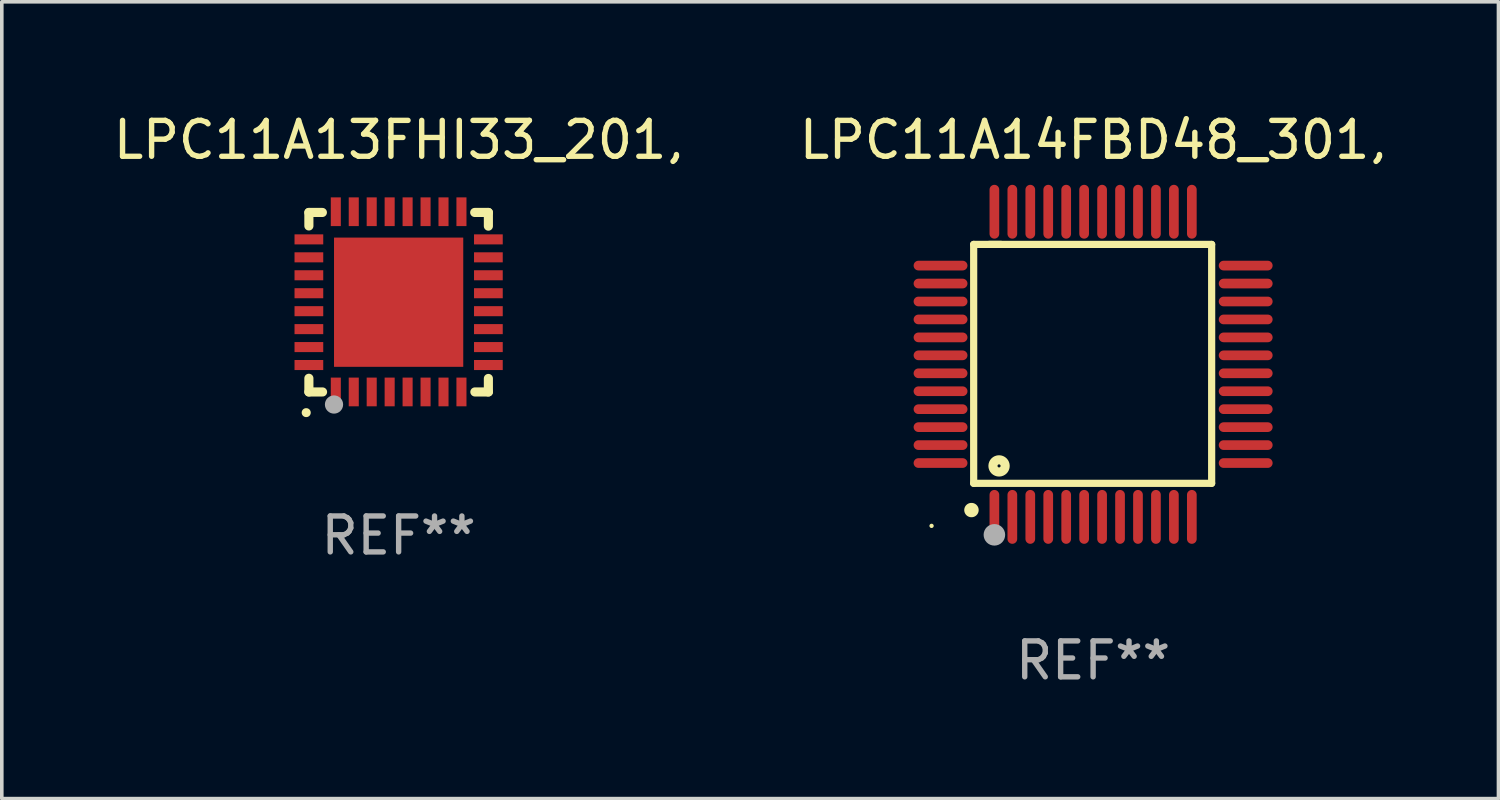
<source format=kicad_pcb>
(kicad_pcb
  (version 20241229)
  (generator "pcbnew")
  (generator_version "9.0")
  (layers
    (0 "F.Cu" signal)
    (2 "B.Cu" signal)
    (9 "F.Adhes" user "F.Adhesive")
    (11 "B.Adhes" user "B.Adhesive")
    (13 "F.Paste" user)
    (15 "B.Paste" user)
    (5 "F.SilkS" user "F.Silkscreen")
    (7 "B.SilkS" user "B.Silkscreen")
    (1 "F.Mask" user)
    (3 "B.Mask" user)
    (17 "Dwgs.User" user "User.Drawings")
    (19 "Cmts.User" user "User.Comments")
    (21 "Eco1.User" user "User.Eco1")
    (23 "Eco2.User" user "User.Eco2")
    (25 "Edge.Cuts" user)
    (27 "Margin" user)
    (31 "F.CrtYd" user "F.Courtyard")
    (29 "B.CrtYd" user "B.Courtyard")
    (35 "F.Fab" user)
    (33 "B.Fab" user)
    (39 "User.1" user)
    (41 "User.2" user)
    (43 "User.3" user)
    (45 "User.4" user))
  (footprint "LPC11A14FBD48_301,"
    (layer "F.Cu")
    (at 27.399 7.098)
    (property "Reference" "LPC11A14FBD48_301," (at 0 -6.25 0) (layer "F.SilkS") (effects (font (size 1 1) (thickness 0.15))))
    (attr through_hole)
    (fp_line (start -3.327 -3.34) (end -2.565 -3.34) (stroke (width 0.2) (type solid)) (layer "F.SilkS"))
    (fp_line (start -3.327 3.315) (end -3.327 -3.34) (stroke (width 0.2) (type solid)) (layer "F.SilkS"))
    (fp_line (start -2.896 -3.34) (end 3.302 -3.34) (stroke (width 0.2) (type solid)) (layer "F.SilkS"))
    (fp_line (start 3.302 -3.34) (end 3.302 3.315) (stroke (width 0.2) (type solid)) (layer "F.SilkS"))
    (fp_line (start 3.302 3.315) (end -3.327 3.315) (stroke (width 0.2) (type solid)) (layer "F.SilkS"))
    (fp_arc (start -3.389992 4.059995) (mid -3.388722 4.059991) (end -3.387452 4.059995) (stroke (width 0.4) (type solid)) (layer "F.SilkS"))
    (fp_circle (center -4.5 4.5) (end -4.47 4.5) (stroke (width 0.06) (type solid)) (fill no) (layer "F.SilkS"))
    (fp_circle (center -2.62 2.83) (end -2.45 2.83) (stroke (width 0.254) (type solid)) (fill no) (layer "F.SilkS"))
    (fp_circle (center -2.75 4.75) (end -2.6 4.75) (stroke (width 0.3) (type solid)) (fill no) (layer "F.Fab"))
    (fp_text user "REF**" (at 0 8.25 0) (layer "F.Fab") (effects (font (size 1 1) (thickness 0.15))))
    (pad "1" smd oval (at -2.75 4.25) (size 0.27 1.5) (layers "F.Cu" "F.Mask" "F.Paste"))
    (pad "2" smd oval (at -2.25 4.25) (size 0.27 1.5) (layers "F.Cu" "F.Mask" "F.Paste"))
    (pad "3" smd oval (at -1.75 4.25) (size 0.27 1.5) (layers "F.Cu" "F.Mask" "F.Paste"))
    (pad "4" smd oval (at -1.25 4.25) (size 0.27 1.5) (layers "F.Cu" "F.Mask" "F.Paste"))
    (pad "5" smd oval (at -0.75 4.25) (size 0.27 1.5) (layers "F.Cu" "F.Mask" "F.Paste"))
    (pad "6" smd oval (at -0.25 4.25) (size 0.27 1.5) (layers "F.Cu" "F.Mask" "F.Paste"))
    (pad "7" smd oval (at 0.25 4.25) (size 0.27 1.5) (layers "F.Cu" "F.Mask" "F.Paste"))
    (pad "8" smd oval (at 0.75 4.25) (size 0.27 1.5) (layers "F.Cu" "F.Mask" "F.Paste"))
    (pad "9" smd oval (at 1.25 4.25) (size 0.27 1.5) (layers "F.Cu" "F.Mask" "F.Paste"))
    (pad "10" smd oval (at 1.75 4.25) (size 0.27 1.5) (layers "F.Cu" "F.Mask" "F.Paste"))
    (pad "11" smd oval (at 2.25 4.25) (size 0.27 1.5) (layers "F.Cu" "F.Mask" "F.Paste"))
    (pad "12" smd oval (at 2.75 4.25) (size 0.27 1.5) (layers "F.Cu" "F.Mask" "F.Paste"))
    (pad "13" smd oval (at 4.25 2.75) (size 1.5 0.27) (layers "F.Cu" "F.Mask" "F.Paste"))
    (pad "14" smd oval (at 4.25 2.25) (size 1.5 0.27) (layers "F.Cu" "F.Mask" "F.Paste"))
    (pad "15" smd oval (at 4.25 1.75) (size 1.5 0.27) (layers "F.Cu" "F.Mask" "F.Paste"))
    (pad "16" smd oval (at 4.25 1.25) (size 1.5 0.27) (layers "F.Cu" "F.Mask" "F.Paste"))
    (pad "17" smd oval (at 4.25 0.75) (size 1.5 0.27) (layers "F.Cu" "F.Mask" "F.Paste"))
    (pad "18" smd oval (at 4.25 0.25) (size 1.5 0.27) (layers "F.Cu" "F.Mask" "F.Paste"))
    (pad "19" smd oval (at 4.25 -0.25) (size 1.5 0.27) (layers "F.Cu" "F.Mask" "F.Paste"))
    (pad "20" smd oval (at 4.25 -0.75) (size 1.5 0.27) (layers "F.Cu" "F.Mask" "F.Paste"))
    (pad "21" smd oval (at 4.25 -1.25) (size 1.5 0.27) (layers "F.Cu" "F.Mask" "F.Paste"))
    (pad "22" smd oval (at 4.25 -1.75) (size 1.5 0.27) (layers "F.Cu" "F.Mask" "F.Paste"))
    (pad "23" smd oval (at 4.25 -2.25) (size 1.5 0.27) (layers "F.Cu" "F.Mask" "F.Paste"))
    (pad "24" smd oval (at 4.25 -2.75) (size 1.5 0.27) (layers "F.Cu" "F.Mask" "F.Paste"))
    (pad "25" smd oval (at 2.75 -4.25) (size 0.27 1.5) (layers "F.Cu" "F.Mask" "F.Paste"))
    (pad "26" smd oval (at 2.25 -4.25) (size 0.27 1.5) (layers "F.Cu" "F.Mask" "F.Paste"))
    (pad "27" smd oval (at 1.75 -4.25) (size 0.27 1.5) (layers "F.Cu" "F.Mask" "F.Paste"))
    (pad "28" smd oval (at 1.25 -4.25) (size 0.27 1.5) (layers "F.Cu" "F.Mask" "F.Paste"))
    (pad "29" smd oval (at 0.75 -4.25) (size 0.27 1.5) (layers "F.Cu" "F.Mask" "F.Paste"))
    (pad "30" smd oval (at 0.25 -4.25) (size 0.27 1.5) (layers "F.Cu" "F.Mask" "F.Paste"))
    (pad "31" smd oval (at -0.25 -4.25) (size 0.27 1.5) (layers "F.Cu" "F.Mask" "F.Paste"))
    (pad "32" smd oval (at -0.75 -4.25) (size 0.27 1.5) (layers "F.Cu" "F.Mask" "F.Paste"))
    (pad "33" smd oval (at -1.25 -4.25) (size 0.27 1.5) (layers "F.Cu" "F.Mask" "F.Paste"))
    (pad "34" smd oval (at -1.75 -4.25) (size 0.27 1.5) (layers "F.Cu" "F.Mask" "F.Paste"))
    (pad "35" smd oval (at -2.25 -4.25) (size 0.27 1.5) (layers "F.Cu" "F.Mask" "F.Paste"))
    (pad "36" smd oval (at -2.75 -4.25) (size 0.27 1.5) (layers "F.Cu" "F.Mask" "F.Paste"))
    (pad "37" smd oval (at -4.25 -2.75) (size 1.5 0.27) (layers "F.Cu" "F.Mask" "F.Paste"))
    (pad "38" smd oval (at -4.25 -2.25) (size 1.5 0.27) (layers "F.Cu" "F.Mask" "F.Paste"))
    (pad "39" smd oval (at -4.25 -1.75) (size 1.5 0.27) (layers "F.Cu" "F.Mask" "F.Paste"))
    (pad "40" smd oval (at -4.25 -1.25) (size 1.5 0.27) (layers "F.Cu" "F.Mask" "F.Paste"))
    (pad "41" smd oval (at -4.25 -0.75) (size 1.5 0.27) (layers "F.Cu" "F.Mask" "F.Paste"))
    (pad "42" smd oval (at -4.25 -0.25) (size 1.5 0.27) (layers "F.Cu" "F.Mask" "F.Paste"))
    (pad "43" smd oval (at -4.25 0.25) (size 1.5 0.27) (layers "F.Cu" "F.Mask" "F.Paste"))
    (pad "44" smd oval (at -4.25 0.75) (size 1.5 0.27) (layers "F.Cu" "F.Mask" "F.Paste"))
    (pad "45" smd oval (at -4.25 1.25) (size 1.5 0.27) (layers "F.Cu" "F.Mask" "F.Paste"))
    (pad "46" smd oval (at -4.25 1.75) (size 1.5 0.27) (layers "F.Cu" "F.Mask" "F.Paste"))
    (pad "47" smd oval (at -4.25 2.25) (size 1.5 0.27) (layers "F.Cu" "F.Mask" "F.Paste"))
    (pad "48" smd oval (at -4.25 2.75) (size 1.5 0.27) (layers "F.Cu" "F.Mask" "F.Paste")))
  (footprint "LPC11A13FHI33_201,"
    (layer "F.Cu")
    (at 8.054 5.358)
    (property "Reference" "LPC11A13FHI33_201," (at 0 -4.51 0) (layer "F.SilkS") (effects (font (size 1 1) (thickness 0.15))))
    (attr through_hole)
    (fp_line (start -2.5 -2.49) (end -2.124 -2.49) (stroke (width 0.254) (type solid)) (layer "F.SilkS"))
    (fp_line (start -2.5 -2.114) (end -2.5 -2.49) (stroke (width 0.254) (type solid)) (layer "F.SilkS"))
    (fp_line (start -2.5 2.51) (end -2.5 2.129) (stroke (width 0.254) (type solid)) (layer "F.SilkS"))
    (fp_line (start -2.5 2.51) (end -2.119 2.51) (stroke (width 0.254) (type solid)) (layer "F.SilkS"))
    (fp_line (start 2.119 -2.49) (end 2.5 -2.49) (stroke (width 0.254) (type solid)) (layer "F.SilkS"))
    (fp_line (start 2.124 2.51) (end 2.5 2.51) (stroke (width 0.254) (type solid)) (layer "F.SilkS"))
    (fp_line (start 2.5 -2.49) (end 2.5 -2.109) (stroke (width 0.254) (type solid)) (layer "F.SilkS"))
    (fp_line (start 2.5 2.134) (end 2.5 2.51) (stroke (width 0.254) (type solid)) (layer "F.SilkS"))
    (fp_arc (start -2.57554 3.086005) (mid -2.57427 3.085999) (end -2.573 3.086005) (stroke (width 0.25) (type solid)) (layer "F.SilkS"))
    (fp_circle (center -2.5 2.5) (end -2.45 2.5) (stroke (width 0.1) (type solid)) (fill no) (layer "F.SilkS"))
    (fp_circle (center -1.8 2.86) (end -1.673 2.86) (stroke (width 0.254) (type solid)) (fill no) (layer "F.Fab"))
    (fp_text user "REF**" (at 0 6.51 0) (layer "F.Fab") (effects (font (size 1 1) (thickness 0.15))))
    (pad "1" smd rect (at -1.75 2.51) (size 0.28 0.8) (layers "F.Cu" "F.Mask" "F.Paste"))
    (pad "2" smd rect (at -1.25 2.51) (size 0.28 0.8) (layers "F.Cu" "F.Mask" "F.Paste"))
    (pad "3" smd rect (at -0.75 2.51) (size 0.28 0.8) (layers "F.Cu" "F.Mask" "F.Paste"))
    (pad "4" smd rect (at -0.25 2.51) (size 0.28 0.8) (layers "F.Cu" "F.Mask" "F.Paste"))
    (pad "5" smd rect (at 0.25 2.51) (size 0.28 0.8) (layers "F.Cu" "F.Mask" "F.Paste"))
    (pad "6" smd rect (at 0.75 2.51) (size 0.28 0.8) (layers "F.Cu" "F.Mask" "F.Paste"))
    (pad "7" smd rect (at 1.25 2.51) (size 0.28 0.8) (layers "F.Cu" "F.Mask" "F.Paste"))
    (pad "8" smd rect (at 1.75 2.51) (size 0.28 0.8) (layers "F.Cu" "F.Mask" "F.Paste"))
    (pad "9" smd rect (at 2.5 1.76) (size 0.8 0.28) (layers "F.Cu" "F.Mask" "F.Paste"))
    (pad "10" smd rect (at 2.5 1.26) (size 0.8 0.28) (layers "F.Cu" "F.Mask" "F.Paste"))
    (pad "11" smd rect (at 2.5 0.76) (size 0.8 0.28) (layers "F.Cu" "F.Mask" "F.Paste"))
    (pad "12" smd rect (at 2.5 0.26) (size 0.8 0.28) (layers "F.Cu" "F.Mask" "F.Paste"))
    (pad "13" smd rect (at 2.5 -0.24) (size 0.8 0.28) (layers "F.Cu" "F.Mask" "F.Paste"))
    (pad "14" smd rect (at 2.5 -0.74) (size 0.8 0.28) (layers "F.Cu" "F.Mask" "F.Paste"))
    (pad "15" smd rect (at 2.5 -1.24) (size 0.8 0.28) (layers "F.Cu" "F.Mask" "F.Paste"))
    (pad "16" smd rect (at 2.5 -1.74) (size 0.8 0.28) (layers "F.Cu" "F.Mask" "F.Paste"))
    (pad "17" smd rect (at 1.75 -2.51) (size 0.28 0.8) (layers "F.Cu" "F.Mask" "F.Paste"))
    (pad "18" smd rect (at 1.25 -2.51) (size 0.28 0.8) (layers "F.Cu" "F.Mask" "F.Paste"))
    (pad "19" smd rect (at 0.75 -2.51) (size 0.28 0.8) (layers "F.Cu" "F.Mask" "F.Paste"))
    (pad "20" smd rect (at 0.25 -2.51) (size 0.28 0.8) (layers "F.Cu" "F.Mask" "F.Paste"))
    (pad "21" smd rect (at -0.25 -2.51) (size 0.28 0.8) (layers "F.Cu" "F.Mask" "F.Paste"))
    (pad "22" smd rect (at -0.75 -2.51) (size 0.28 0.8) (layers "F.Cu" "F.Mask" "F.Paste"))
    (pad "23" smd rect (at -1.25 -2.51) (size 0.28 0.8) (layers "F.Cu" "F.Mask" "F.Paste"))
    (pad "24" smd rect (at -1.75 -2.51) (size 0.28 0.8) (layers "F.Cu" "F.Mask" "F.Paste"))
    (pad "25" smd rect (at -2.5 -1.74) (size 0.8 0.28) (layers "F.Cu" "F.Mask" "F.Paste"))
    (pad "26" smd rect (at -2.5 -1.24) (size 0.8 0.28) (layers "F.Cu" "F.Mask" "F.Paste"))
    (pad "27" smd rect (at -2.5 -0.74) (size 0.8 0.28) (layers "F.Cu" "F.Mask" "F.Paste"))
    (pad "28" smd rect (at -2.5 -0.24) (size 0.8 0.28) (layers "F.Cu" "F.Mask" "F.Paste"))
    (pad "29" smd rect (at -2.5 0.26) (size 0.8 0.28) (layers "F.Cu" "F.Mask" "F.Paste"))
    (pad "30" smd rect (at -2.5 0.76) (size 0.8 0.28) (layers "F.Cu" "F.Mask" "F.Paste"))
    (pad "31" smd rect (at -2.5 1.26) (size 0.8 0.28) (layers "F.Cu" "F.Mask" "F.Paste"))
    (pad "32" smd rect (at -2.5 1.76) (size 0.8 0.28) (layers "F.Cu" "F.Mask" "F.Paste"))
    (pad "33" smd rect (at 0.000102 0.01) (size 3.6 3.6) (layers "F.Cu" "F.Mask" "F.Paste")))
  (gr_rect
    (start -3 -3)
    (end 38.69 19.196)
    (stroke (width 0.1) (type default))
    (fill no)
    (layer "Edge.Cuts")))
</source>
